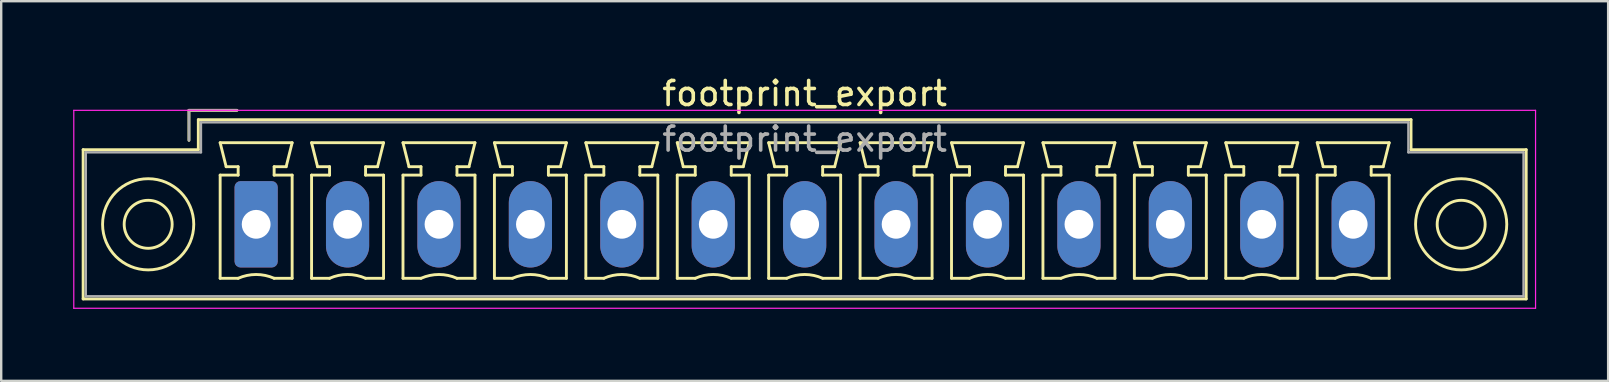
<source format=kicad_pcb>
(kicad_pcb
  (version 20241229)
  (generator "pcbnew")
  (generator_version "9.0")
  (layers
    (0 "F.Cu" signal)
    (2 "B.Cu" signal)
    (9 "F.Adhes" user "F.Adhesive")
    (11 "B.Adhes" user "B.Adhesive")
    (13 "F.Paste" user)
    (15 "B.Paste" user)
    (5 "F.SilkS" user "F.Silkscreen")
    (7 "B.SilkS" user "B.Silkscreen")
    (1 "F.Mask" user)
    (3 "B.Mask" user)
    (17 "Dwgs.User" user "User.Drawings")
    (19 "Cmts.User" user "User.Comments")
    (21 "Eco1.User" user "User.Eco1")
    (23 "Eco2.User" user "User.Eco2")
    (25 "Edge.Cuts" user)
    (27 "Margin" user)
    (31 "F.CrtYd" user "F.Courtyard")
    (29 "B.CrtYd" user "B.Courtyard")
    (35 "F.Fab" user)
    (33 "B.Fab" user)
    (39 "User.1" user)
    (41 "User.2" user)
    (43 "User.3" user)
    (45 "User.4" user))
  (footprint "footprint_export"
    (layer "F.Cu")
    (at 7.625 6.298)
    (property "Reference" "footprint_export" (at 22.86 -5.45 0) (layer "F.SilkS") (effects (font (size 1 1) (thickness 0.15))))
    (attr through_hole)
    (fp_line (start -7.21 -3.11) (end -7.21 3.11) (stroke (width 0.12) (type solid)) (layer "F.SilkS"))
    (fp_line (start -7.21 3.11) (end 52.93 3.11) (stroke (width 0.12) (type solid)) (layer "F.SilkS"))
    (fp_line (start -2.8 -4.75) (end -0.8 -4.75) (stroke (width 0.12) (type solid)) (layer "F.SilkS"))
    (fp_line (start -2.8 -3.5) (end -2.8 -4.75) (stroke (width 0.12) (type solid)) (layer "F.SilkS"))
    (fp_line (start -2.41 -4.36) (end -2.41 -3.11) (stroke (width 0.12) (type solid)) (layer "F.SilkS"))
    (fp_line (start -2.41 -3.11) (end -7.21 -3.11) (stroke (width 0.12) (type solid)) (layer "F.SilkS"))
    (fp_line (start -1.5 -3.4) (end 1.5 -3.4) (stroke (width 0.12) (type solid)) (layer "F.SilkS"))
    (fp_line (start -1.5 -2.05) (end -0.75 -2.05) (stroke (width 0.12) (type solid)) (layer "F.SilkS"))
    (fp_line (start -1.5 2.25) (end -1.5 -2.05) (stroke (width 0.12) (type solid)) (layer "F.SilkS"))
    (fp_line (start -1.25 -2.4) (end -1.5 -3.4) (stroke (width 0.12) (type solid)) (layer "F.SilkS"))
    (fp_line (start -0.75 -2.4) (end -1.25 -2.4) (stroke (width 0.12) (type solid)) (layer "F.SilkS"))
    (fp_line (start -0.75 -2.05) (end -0.75 -2.4) (stroke (width 0.12) (type solid)) (layer "F.SilkS"))
    (fp_line (start -0.75 2.25) (end -1.5 2.25) (stroke (width 0.12) (type solid)) (layer "F.SilkS"))
    (fp_line (start 0.75 -2.4) (end 0.75 -2.05) (stroke (width 0.12) (type solid)) (layer "F.SilkS"))
    (fp_line (start 0.75 -2.05) (end 1.5 -2.05) (stroke (width 0.12) (type solid)) (layer "F.SilkS"))
    (fp_line (start 1.25 -2.4) (end 0.75 -2.4) (stroke (width 0.12) (type solid)) (layer "F.SilkS"))
    (fp_line (start 1.5 -3.4) (end 1.25 -2.4) (stroke (width 0.12) (type solid)) (layer "F.SilkS"))
    (fp_line (start 1.5 -2.05) (end 1.5 2.25) (stroke (width 0.12) (type solid)) (layer "F.SilkS"))
    (fp_line (start 1.5 2.25) (end 0.75 2.25) (stroke (width 0.12) (type solid)) (layer "F.SilkS"))
    (fp_line (start 2.31 -3.4) (end 5.31 -3.4) (stroke (width 0.12) (type solid)) (layer "F.SilkS"))
    (fp_line (start 2.31 -2.05) (end 3.06 -2.05) (stroke (width 0.12) (type solid)) (layer "F.SilkS"))
    (fp_line (start 2.31 2.25) (end 2.31 -2.05) (stroke (width 0.12) (type solid)) (layer "F.SilkS"))
    (fp_line (start 2.56 -2.4) (end 2.31 -3.4) (stroke (width 0.12) (type solid)) (layer "F.SilkS"))
    (fp_line (start 3.06 -2.4) (end 2.56 -2.4) (stroke (width 0.12) (type solid)) (layer "F.SilkS"))
    (fp_line (start 3.06 -2.05) (end 3.06 -2.4) (stroke (width 0.12) (type solid)) (layer "F.SilkS"))
    (fp_line (start 3.06 2.25) (end 2.31 2.25) (stroke (width 0.12) (type solid)) (layer "F.SilkS"))
    (fp_line (start 4.56 -2.4) (end 4.56 -2.05) (stroke (width 0.12) (type solid)) (layer "F.SilkS"))
    (fp_line (start 4.56 -2.05) (end 5.31 -2.05) (stroke (width 0.12) (type solid)) (layer "F.SilkS"))
    (fp_line (start 5.06 -2.4) (end 4.56 -2.4) (stroke (width 0.12) (type solid)) (layer "F.SilkS"))
    (fp_line (start 5.31 -3.4) (end 5.06 -2.4) (stroke (width 0.12) (type solid)) (layer "F.SilkS"))
    (fp_line (start 5.31 -2.05) (end 5.31 2.25) (stroke (width 0.12) (type solid)) (layer "F.SilkS"))
    (fp_line (start 5.31 2.25) (end 4.56 2.25) (stroke (width 0.12) (type solid)) (layer "F.SilkS"))
    (fp_line (start 6.12 -3.4) (end 9.12 -3.4) (stroke (width 0.12) (type solid)) (layer "F.SilkS"))
    (fp_line (start 6.12 -2.05) (end 6.87 -2.05) (stroke (width 0.12) (type solid)) (layer "F.SilkS"))
    (fp_line (start 6.12 2.25) (end 6.12 -2.05) (stroke (width 0.12) (type solid)) (layer "F.SilkS"))
    (fp_line (start 6.37 -2.4) (end 6.12 -3.4) (stroke (width 0.12) (type solid)) (layer "F.SilkS"))
    (fp_line (start 6.87 -2.4) (end 6.37 -2.4) (stroke (width 0.12) (type solid)) (layer "F.SilkS"))
    (fp_line (start 6.87 -2.05) (end 6.87 -2.4) (stroke (width 0.12) (type solid)) (layer "F.SilkS"))
    (fp_line (start 6.87 2.25) (end 6.12 2.25) (stroke (width 0.12) (type solid)) (layer "F.SilkS"))
    (fp_line (start 8.37 -2.4) (end 8.37 -2.05) (stroke (width 0.12) (type solid)) (layer "F.SilkS"))
    (fp_line (start 8.37 -2.05) (end 9.12 -2.05) (stroke (width 0.12) (type solid)) (layer "F.SilkS"))
    (fp_line (start 8.87 -2.4) (end 8.37 -2.4) (stroke (width 0.12) (type solid)) (layer "F.SilkS"))
    (fp_line (start 9.12 -3.4) (end 8.87 -2.4) (stroke (width 0.12) (type solid)) (layer "F.SilkS"))
    (fp_line (start 9.12 -2.05) (end 9.12 2.25) (stroke (width 0.12) (type solid)) (layer "F.SilkS"))
    (fp_line (start 9.12 2.25) (end 8.37 2.25) (stroke (width 0.12) (type solid)) (layer "F.SilkS"))
    (fp_line (start 9.93 -3.4) (end 12.93 -3.4) (stroke (width 0.12) (type solid)) (layer "F.SilkS"))
    (fp_line (start 9.93 -2.05) (end 10.68 -2.05) (stroke (width 0.12) (type solid)) (layer "F.SilkS"))
    (fp_line (start 9.93 2.25) (end 9.93 -2.05) (stroke (width 0.12) (type solid)) (layer "F.SilkS"))
    (fp_line (start 10.18 -2.4) (end 9.93 -3.4) (stroke (width 0.12) (type solid)) (layer "F.SilkS"))
    (fp_line (start 10.68 -2.4) (end 10.18 -2.4) (stroke (width 0.12) (type solid)) (layer "F.SilkS"))
    (fp_line (start 10.68 -2.05) (end 10.68 -2.4) (stroke (width 0.12) (type solid)) (layer "F.SilkS"))
    (fp_line (start 10.68 2.25) (end 9.93 2.25) (stroke (width 0.12) (type solid)) (layer "F.SilkS"))
    (fp_line (start 12.18 -2.4) (end 12.18 -2.05) (stroke (width 0.12) (type solid)) (layer "F.SilkS"))
    (fp_line (start 12.18 -2.05) (end 12.93 -2.05) (stroke (width 0.12) (type solid)) (layer "F.SilkS"))
    (fp_line (start 12.68 -2.4) (end 12.18 -2.4) (stroke (width 0.12) (type solid)) (layer "F.SilkS"))
    (fp_line (start 12.93 -3.4) (end 12.68 -2.4) (stroke (width 0.12) (type solid)) (layer "F.SilkS"))
    (fp_line (start 12.93 -2.05) (end 12.93 2.25) (stroke (width 0.12) (type solid)) (layer "F.SilkS"))
    (fp_line (start 12.93 2.25) (end 12.18 2.25) (stroke (width 0.12) (type solid)) (layer "F.SilkS"))
    (fp_line (start 13.74 -3.4) (end 16.74 -3.4) (stroke (width 0.12) (type solid)) (layer "F.SilkS"))
    (fp_line (start 13.74 -2.05) (end 14.49 -2.05) (stroke (width 0.12) (type solid)) (layer "F.SilkS"))
    (fp_line (start 13.74 2.25) (end 13.74 -2.05) (stroke (width 0.12) (type solid)) (layer "F.SilkS"))
    (fp_line (start 13.99 -2.4) (end 13.74 -3.4) (stroke (width 0.12) (type solid)) (layer "F.SilkS"))
    (fp_line (start 14.49 -2.4) (end 13.99 -2.4) (stroke (width 0.12) (type solid)) (layer "F.SilkS"))
    (fp_line (start 14.49 -2.05) (end 14.49 -2.4) (stroke (width 0.12) (type solid)) (layer "F.SilkS"))
    (fp_line (start 14.49 2.25) (end 13.74 2.25) (stroke (width 0.12) (type solid)) (layer "F.SilkS"))
    (fp_line (start 15.99 -2.4) (end 15.99 -2.05) (stroke (width 0.12) (type solid)) (layer "F.SilkS"))
    (fp_line (start 15.99 -2.05) (end 16.74 -2.05) (stroke (width 0.12) (type solid)) (layer "F.SilkS"))
    (fp_line (start 16.49 -2.4) (end 15.99 -2.4) (stroke (width 0.12) (type solid)) (layer "F.SilkS"))
    (fp_line (start 16.74 -3.4) (end 16.49 -2.4) (stroke (width 0.12) (type solid)) (layer "F.SilkS"))
    (fp_line (start 16.74 -2.05) (end 16.74 2.25) (stroke (width 0.12) (type solid)) (layer "F.SilkS"))
    (fp_line (start 16.74 2.25) (end 15.99 2.25) (stroke (width 0.12) (type solid)) (layer "F.SilkS"))
    (fp_line (start 17.55 -3.4) (end 20.55 -3.4) (stroke (width 0.12) (type solid)) (layer "F.SilkS"))
    (fp_line (start 17.55 -2.05) (end 18.3 -2.05) (stroke (width 0.12) (type solid)) (layer "F.SilkS"))
    (fp_line (start 17.55 2.25) (end 17.55 -2.05) (stroke (width 0.12) (type solid)) (layer "F.SilkS"))
    (fp_line (start 17.8 -2.4) (end 17.55 -3.4) (stroke (width 0.12) (type solid)) (layer "F.SilkS"))
    (fp_line (start 18.3 -2.4) (end 17.8 -2.4) (stroke (width 0.12) (type solid)) (layer "F.SilkS"))
    (fp_line (start 18.3 -2.05) (end 18.3 -2.4) (stroke (width 0.12) (type solid)) (layer "F.SilkS"))
    (fp_line (start 18.3 2.25) (end 17.55 2.25) (stroke (width 0.12) (type solid)) (layer "F.SilkS"))
    (fp_line (start 19.8 -2.4) (end 19.8 -2.05) (stroke (width 0.12) (type solid)) (layer "F.SilkS"))
    (fp_line (start 19.8 -2.05) (end 20.55 -2.05) (stroke (width 0.12) (type solid)) (layer "F.SilkS"))
    (fp_line (start 20.3 -2.4) (end 19.8 -2.4) (stroke (width 0.12) (type solid)) (layer "F.SilkS"))
    (fp_line (start 20.55 -3.4) (end 20.3 -2.4) (stroke (width 0.12) (type solid)) (layer "F.SilkS"))
    (fp_line (start 20.55 -2.05) (end 20.55 2.25) (stroke (width 0.12) (type solid)) (layer "F.SilkS"))
    (fp_line (start 20.55 2.25) (end 19.8 2.25) (stroke (width 0.12) (type solid)) (layer "F.SilkS"))
    (fp_line (start 21.36 -3.4) (end 24.36 -3.4) (stroke (width 0.12) (type solid)) (layer "F.SilkS"))
    (fp_line (start 21.36 -2.05) (end 22.11 -2.05) (stroke (width 0.12) (type solid)) (layer "F.SilkS"))
    (fp_line (start 21.36 2.25) (end 21.36 -2.05) (stroke (width 0.12) (type solid)) (layer "F.SilkS"))
    (fp_line (start 21.61 -2.4) (end 21.36 -3.4) (stroke (width 0.12) (type solid)) (layer "F.SilkS"))
    (fp_line (start 22.11 -2.4) (end 21.61 -2.4) (stroke (width 0.12) (type solid)) (layer "F.SilkS"))
    (fp_line (start 22.11 -2.05) (end 22.11 -2.4) (stroke (width 0.12) (type solid)) (layer "F.SilkS"))
    (fp_line (start 22.11 2.25) (end 21.36 2.25) (stroke (width 0.12) (type solid)) (layer "F.SilkS"))
    (fp_line (start 23.61 -2.4) (end 23.61 -2.05) (stroke (width 0.12) (type solid)) (layer "F.SilkS"))
    (fp_line (start 23.61 -2.05) (end 24.36 -2.05) (stroke (width 0.12) (type solid)) (layer "F.SilkS"))
    (fp_line (start 24.11 -2.4) (end 23.61 -2.4) (stroke (width 0.12) (type solid)) (layer "F.SilkS"))
    (fp_line (start 24.36 -3.4) (end 24.11 -2.4) (stroke (width 0.12) (type solid)) (layer "F.SilkS"))
    (fp_line (start 24.36 -2.05) (end 24.36 2.25) (stroke (width 0.12) (type solid)) (layer "F.SilkS"))
    (fp_line (start 24.36 2.25) (end 23.61 2.25) (stroke (width 0.12) (type solid)) (layer "F.SilkS"))
    (fp_line (start 25.17 -3.4) (end 28.17 -3.4) (stroke (width 0.12) (type solid)) (layer "F.SilkS"))
    (fp_line (start 25.17 -2.05) (end 25.92 -2.05) (stroke (width 0.12) (type solid)) (layer "F.SilkS"))
    (fp_line (start 25.17 2.25) (end 25.17 -2.05) (stroke (width 0.12) (type solid)) (layer "F.SilkS"))
    (fp_line (start 25.42 -2.4) (end 25.17 -3.4) (stroke (width 0.12) (type solid)) (layer "F.SilkS"))
    (fp_line (start 25.92 -2.4) (end 25.42 -2.4) (stroke (width 0.12) (type solid)) (layer "F.SilkS"))
    (fp_line (start 25.92 -2.05) (end 25.92 -2.4) (stroke (width 0.12) (type solid)) (layer "F.SilkS"))
    (fp_line (start 25.92 2.25) (end 25.17 2.25) (stroke (width 0.12) (type solid)) (layer "F.SilkS"))
    (fp_line (start 27.42 -2.4) (end 27.42 -2.05) (stroke (width 0.12) (type solid)) (layer "F.SilkS"))
    (fp_line (start 27.42 -2.05) (end 28.17 -2.05) (stroke (width 0.12) (type solid)) (layer "F.SilkS"))
    (fp_line (start 27.92 -2.4) (end 27.42 -2.4) (stroke (width 0.12) (type solid)) (layer "F.SilkS"))
    (fp_line (start 28.17 -3.4) (end 27.92 -2.4) (stroke (width 0.12) (type solid)) (layer "F.SilkS"))
    (fp_line (start 28.17 -2.05) (end 28.17 2.25) (stroke (width 0.12) (type solid)) (layer "F.SilkS"))
    (fp_line (start 28.17 2.25) (end 27.42 2.25) (stroke (width 0.12) (type solid)) (layer "F.SilkS"))
    (fp_line (start 28.98 -3.4) (end 31.98 -3.4) (stroke (width 0.12) (type solid)) (layer "F.SilkS"))
    (fp_line (start 28.98 -2.05) (end 29.73 -2.05) (stroke (width 0.12) (type solid)) (layer "F.SilkS"))
    (fp_line (start 28.98 2.25) (end 28.98 -2.05) (stroke (width 0.12) (type solid)) (layer "F.SilkS"))
    (fp_line (start 29.23 -2.4) (end 28.98 -3.4) (stroke (width 0.12) (type solid)) (layer "F.SilkS"))
    (fp_line (start 29.73 -2.4) (end 29.23 -2.4) (stroke (width 0.12) (type solid)) (layer "F.SilkS"))
    (fp_line (start 29.73 -2.05) (end 29.73 -2.4) (stroke (width 0.12) (type solid)) (layer "F.SilkS"))
    (fp_line (start 29.73 2.25) (end 28.98 2.25) (stroke (width 0.12) (type solid)) (layer "F.SilkS"))
    (fp_line (start 31.23 -2.4) (end 31.23 -2.05) (stroke (width 0.12) (type solid)) (layer "F.SilkS"))
    (fp_line (start 31.23 -2.05) (end 31.98 -2.05) (stroke (width 0.12) (type solid)) (layer "F.SilkS"))
    (fp_line (start 31.73 -2.4) (end 31.23 -2.4) (stroke (width 0.12) (type solid)) (layer "F.SilkS"))
    (fp_line (start 31.98 -3.4) (end 31.73 -2.4) (stroke (width 0.12) (type solid)) (layer "F.SilkS"))
    (fp_line (start 31.98 -2.05) (end 31.98 2.25) (stroke (width 0.12) (type solid)) (layer "F.SilkS"))
    (fp_line (start 31.98 2.25) (end 31.23 2.25) (stroke (width 0.12) (type solid)) (layer "F.SilkS"))
    (fp_line (start 32.79 -3.4) (end 35.79 -3.4) (stroke (width 0.12) (type solid)) (layer "F.SilkS"))
    (fp_line (start 32.79 -2.05) (end 33.54 -2.05) (stroke (width 0.12) (type solid)) (layer "F.SilkS"))
    (fp_line (start 32.79 2.25) (end 32.79 -2.05) (stroke (width 0.12) (type solid)) (layer "F.SilkS"))
    (fp_line (start 33.04 -2.4) (end 32.79 -3.4) (stroke (width 0.12) (type solid)) (layer "F.SilkS"))
    (fp_line (start 33.54 -2.4) (end 33.04 -2.4) (stroke (width 0.12) (type solid)) (layer "F.SilkS"))
    (fp_line (start 33.54 -2.05) (end 33.54 -2.4) (stroke (width 0.12) (type solid)) (layer "F.SilkS"))
    (fp_line (start 33.54 2.25) (end 32.79 2.25) (stroke (width 0.12) (type solid)) (layer "F.SilkS"))
    (fp_line (start 35.04 -2.4) (end 35.04 -2.05) (stroke (width 0.12) (type solid)) (layer "F.SilkS"))
    (fp_line (start 35.04 -2.05) (end 35.79 -2.05) (stroke (width 0.12) (type solid)) (layer "F.SilkS"))
    (fp_line (start 35.54 -2.4) (end 35.04 -2.4) (stroke (width 0.12) (type solid)) (layer "F.SilkS"))
    (fp_line (start 35.79 -3.4) (end 35.54 -2.4) (stroke (width 0.12) (type solid)) (layer "F.SilkS"))
    (fp_line (start 35.79 -2.05) (end 35.79 2.25) (stroke (width 0.12) (type solid)) (layer "F.SilkS"))
    (fp_line (start 35.79 2.25) (end 35.04 2.25) (stroke (width 0.12) (type solid)) (layer "F.SilkS"))
    (fp_line (start 36.6 -3.4) (end 39.6 -3.4) (stroke (width 0.12) (type solid)) (layer "F.SilkS"))
    (fp_line (start 36.6 -2.05) (end 37.35 -2.05) (stroke (width 0.12) (type solid)) (layer "F.SilkS"))
    (fp_line (start 36.6 2.25) (end 36.6 -2.05) (stroke (width 0.12) (type solid)) (layer "F.SilkS"))
    (fp_line (start 36.85 -2.4) (end 36.6 -3.4) (stroke (width 0.12) (type solid)) (layer "F.SilkS"))
    (fp_line (start 37.35 -2.4) (end 36.85 -2.4) (stroke (width 0.12) (type solid)) (layer "F.SilkS"))
    (fp_line (start 37.35 -2.05) (end 37.35 -2.4) (stroke (width 0.12) (type solid)) (layer "F.SilkS"))
    (fp_line (start 37.35 2.25) (end 36.6 2.25) (stroke (width 0.12) (type solid)) (layer "F.SilkS"))
    (fp_line (start 38.85 -2.4) (end 38.85 -2.05) (stroke (width 0.12) (type solid)) (layer "F.SilkS"))
    (fp_line (start 38.85 -2.05) (end 39.6 -2.05) (stroke (width 0.12) (type solid)) (layer "F.SilkS"))
    (fp_line (start 39.35 -2.4) (end 38.85 -2.4) (stroke (width 0.12) (type solid)) (layer "F.SilkS"))
    (fp_line (start 39.6 -3.4) (end 39.35 -2.4) (stroke (width 0.12) (type solid)) (layer "F.SilkS"))
    (fp_line (start 39.6 -2.05) (end 39.6 2.25) (stroke (width 0.12) (type solid)) (layer "F.SilkS"))
    (fp_line (start 39.6 2.25) (end 38.85 2.25) (stroke (width 0.12) (type solid)) (layer "F.SilkS"))
    (fp_line (start 40.41 -3.4) (end 43.41 -3.4) (stroke (width 0.12) (type solid)) (layer "F.SilkS"))
    (fp_line (start 40.41 -2.05) (end 41.16 -2.05) (stroke (width 0.12) (type solid)) (layer "F.SilkS"))
    (fp_line (start 40.41 2.25) (end 40.41 -2.05) (stroke (width 0.12) (type solid)) (layer "F.SilkS"))
    (fp_line (start 40.66 -2.4) (end 40.41 -3.4) (stroke (width 0.12) (type solid)) (layer "F.SilkS"))
    (fp_line (start 41.16 -2.4) (end 40.66 -2.4) (stroke (width 0.12) (type solid)) (layer "F.SilkS"))
    (fp_line (start 41.16 -2.05) (end 41.16 -2.4) (stroke (width 0.12) (type solid)) (layer "F.SilkS"))
    (fp_line (start 41.16 2.25) (end 40.41 2.25) (stroke (width 0.12) (type solid)) (layer "F.SilkS"))
    (fp_line (start 42.66 -2.4) (end 42.66 -2.05) (stroke (width 0.12) (type solid)) (layer "F.SilkS"))
    (fp_line (start 42.66 -2.05) (end 43.41 -2.05) (stroke (width 0.12) (type solid)) (layer "F.SilkS"))
    (fp_line (start 43.16 -2.4) (end 42.66 -2.4) (stroke (width 0.12) (type solid)) (layer "F.SilkS"))
    (fp_line (start 43.41 -3.4) (end 43.16 -2.4) (stroke (width 0.12) (type solid)) (layer "F.SilkS"))
    (fp_line (start 43.41 -2.05) (end 43.41 2.25) (stroke (width 0.12) (type solid)) (layer "F.SilkS"))
    (fp_line (start 43.41 2.25) (end 42.66 2.25) (stroke (width 0.12) (type solid)) (layer "F.SilkS"))
    (fp_line (start 44.22 -3.4) (end 47.22 -3.4) (stroke (width 0.12) (type solid)) (layer "F.SilkS"))
    (fp_line (start 44.22 -2.05) (end 44.97 -2.05) (stroke (width 0.12) (type solid)) (layer "F.SilkS"))
    (fp_line (start 44.22 2.25) (end 44.22 -2.05) (stroke (width 0.12) (type solid)) (layer "F.SilkS"))
    (fp_line (start 44.47 -2.4) (end 44.22 -3.4) (stroke (width 0.12) (type solid)) (layer "F.SilkS"))
    (fp_line (start 44.97 -2.4) (end 44.47 -2.4) (stroke (width 0.12) (type solid)) (layer "F.SilkS"))
    (fp_line (start 44.97 -2.05) (end 44.97 -2.4) (stroke (width 0.12) (type solid)) (layer "F.SilkS"))
    (fp_line (start 44.97 2.25) (end 44.22 2.25) (stroke (width 0.12) (type solid)) (layer "F.SilkS"))
    (fp_line (start 46.47 -2.4) (end 46.47 -2.05) (stroke (width 0.12) (type solid)) (layer "F.SilkS"))
    (fp_line (start 46.47 -2.05) (end 47.22 -2.05) (stroke (width 0.12) (type solid)) (layer "F.SilkS"))
    (fp_line (start 46.97 -2.4) (end 46.47 -2.4) (stroke (width 0.12) (type solid)) (layer "F.SilkS"))
    (fp_line (start 47.22 -3.4) (end 46.97 -2.4) (stroke (width 0.12) (type solid)) (layer "F.SilkS"))
    (fp_line (start 47.22 -2.05) (end 47.22 2.25) (stroke (width 0.12) (type solid)) (layer "F.SilkS"))
    (fp_line (start 47.22 2.25) (end 46.47 2.25) (stroke (width 0.12) (type solid)) (layer "F.SilkS"))
    (fp_line (start 48.13 -4.36) (end -2.41 -4.36) (stroke (width 0.12) (type solid)) (layer "F.SilkS"))
    (fp_line (start 48.13 -3.11) (end 48.13 -4.36) (stroke (width 0.12) (type solid)) (layer "F.SilkS"))
    (fp_line (start 52.93 -3.11) (end 48.13 -3.11) (stroke (width 0.12) (type solid)) (layer "F.SilkS"))
    (fp_line (start 52.93 3.11) (end 52.93 -3.11) (stroke (width 0.12) (type solid)) (layer "F.SilkS"))
    (fp_arc (start -0.75 2.25) (mid -0.000193 2.09191) (end 0.749647 2.249844) (stroke (width 0.12) (type solid)) (layer "F.SilkS"))
    (fp_arc (start 3.06 2.25) (mid 3.809807 2.09191) (end 4.559647 2.249844) (stroke (width 0.12) (type solid)) (layer "F.SilkS"))
    (fp_arc (start 6.87 2.25) (mid 7.619807 2.09191) (end 8.369647 2.249844) (stroke (width 0.12) (type solid)) (layer "F.SilkS"))
    (fp_arc (start 10.68 2.25) (mid 11.429807 2.09191) (end 12.179647 2.249844) (stroke (width 0.12) (type solid)) (layer "F.SilkS"))
    (fp_arc (start 14.49 2.25) (mid 15.239807 2.09191) (end 15.989647 2.249844) (stroke (width 0.12) (type solid)) (layer "F.SilkS"))
    (fp_arc (start 18.3 2.25) (mid 19.049807 2.09191) (end 19.799647 2.249844) (stroke (width 0.12) (type solid)) (layer "F.SilkS"))
    (fp_arc (start 22.11 2.25) (mid 22.859807 2.09191) (end 23.609647 2.249844) (stroke (width 0.12) (type solid)) (layer "F.SilkS"))
    (fp_arc (start 25.92 2.25) (mid 26.669807 2.09191) (end 27.419647 2.249844) (stroke (width 0.12) (type solid)) (layer "F.SilkS"))
    (fp_arc (start 29.73 2.25) (mid 30.479807 2.09191) (end 31.229647 2.249844) (stroke (width 0.12) (type solid)) (layer "F.SilkS"))
    (fp_arc (start 33.54 2.25) (mid 34.289807 2.09191) (end 35.039647 2.249844) (stroke (width 0.12) (type solid)) (layer "F.SilkS"))
    (fp_arc (start 37.35 2.25) (mid 38.099807 2.09191) (end 38.849647 2.249844) (stroke (width 0.12) (type solid)) (layer "F.SilkS"))
    (fp_arc (start 41.16 2.25) (mid 41.909807 2.09191) (end 42.659647 2.249844) (stroke (width 0.12) (type solid)) (layer "F.SilkS"))
    (fp_arc (start 44.97 2.25) (mid 45.719807 2.09191) (end 46.469647 2.249844) (stroke (width 0.12) (type solid)) (layer "F.SilkS"))
    (fp_circle (center -4.5 0) (end -3.5 0) (stroke (width 0.12) (type solid)) (fill no) (layer "F.SilkS"))
    (fp_circle (center -4.5 0) (end -2.6 0) (stroke (width 0.12) (type solid)) (fill no) (layer "F.SilkS"))
    (fp_circle (center 50.22 0) (end 51.22 0) (stroke (width 0.12) (type solid)) (fill no) (layer "F.SilkS"))
    (fp_circle (center 50.22 0) (end 52.12 0) (stroke (width 0.12) (type solid)) (fill no) (layer "F.SilkS"))
    (fp_line (start -7.6 -4.75) (end -7.6 3.5) (stroke (width 0.05) (type solid)) (layer "F.CrtYd"))
    (fp_line (start -7.6 3.5) (end 53.32 3.5) (stroke (width 0.05) (type solid)) (layer "F.CrtYd"))
    (fp_line (start 53.32 -4.75) (end -7.6 -4.75) (stroke (width 0.05) (type solid)) (layer "F.CrtYd"))
    (fp_line (start 53.32 3.5) (end 53.32 -4.75) (stroke (width 0.05) (type solid)) (layer "F.CrtYd"))
    (fp_line (start -7.1 -3) (end -7.1 3) (stroke (width 0.1) (type solid)) (layer "F.Fab"))
    (fp_line (start -7.1 3) (end 52.82 3) (stroke (width 0.1) (type solid)) (layer "F.Fab"))
    (fp_line (start -2.8 -4.75) (end -0.8 -4.75) (stroke (width 0.1) (type solid)) (layer "F.Fab"))
    (fp_line (start -2.8 -3.5) (end -2.8 -4.75) (stroke (width 0.1) (type solid)) (layer "F.Fab"))
    (fp_line (start -2.3 -4.25) (end -2.3 -3) (stroke (width 0.1) (type solid)) (layer "F.Fab"))
    (fp_line (start -2.3 -3) (end -7.1 -3) (stroke (width 0.1) (type solid)) (layer "F.Fab"))
    (fp_line (start 48.02 -4.25) (end -2.3 -4.25) (stroke (width 0.1) (type solid)) (layer "F.Fab"))
    (fp_line (start 48.02 -3) (end 48.02 -4.25) (stroke (width 0.1) (type solid)) (layer "F.Fab"))
    (fp_line (start 52.82 -3) (end 48.02 -3) (stroke (width 0.1) (type solid)) (layer "F.Fab"))
    (fp_line (start 52.82 3) (end 52.82 -3) (stroke (width 0.1) (type solid)) (layer "F.Fab"))
    (fp_text user "${REFERENCE}" (at 22.86 -3.55 0) (layer "F.Fab") (effects (font (size 1 1) (thickness 0.15))))
    (pad "1" thru_hole roundrect (at 0 0) (size 1.8 3.6) (drill 1.2) (layers "*.Cu" "*.Mask") (roundrect_rratio 0.139))
    (pad "2" thru_hole oval (at 3.81 0) (size 1.8 3.6) (drill 1.2) (layers "*.Cu" "*.Mask"))
    (pad "3" thru_hole oval (at 7.62 0) (size 1.8 3.6) (drill 1.2) (layers "*.Cu" "*.Mask"))
    (pad "4" thru_hole oval (at 11.43 0) (size 1.8 3.6) (drill 1.2) (layers "*.Cu" "*.Mask"))
    (pad "5" thru_hole oval (at 15.24 0) (size 1.8 3.6) (drill 1.2) (layers "*.Cu" "*.Mask"))
    (pad "6" thru_hole oval (at 19.05 0) (size 1.8 3.6) (drill 1.2) (layers "*.Cu" "*.Mask"))
    (pad "7" thru_hole oval (at 22.86 0) (size 1.8 3.6) (drill 1.2) (layers "*.Cu" "*.Mask"))
    (pad "8" thru_hole oval (at 26.67 0) (size 1.8 3.6) (drill 1.2) (layers "*.Cu" "*.Mask"))
    (pad "9" thru_hole oval (at 30.48 0) (size 1.8 3.6) (drill 1.2) (layers "*.Cu" "*.Mask"))
    (pad "10" thru_hole oval (at 34.29 0) (size 1.8 3.6) (drill 1.2) (layers "*.Cu" "*.Mask"))
    (pad "11" thru_hole oval (at 38.1 0) (size 1.8 3.6) (drill 1.2) (layers "*.Cu" "*.Mask"))
    (pad "12" thru_hole oval (at 41.91 0) (size 1.8 3.6) (drill 1.2) (layers "*.Cu" "*.Mask"))
    (pad "13" thru_hole oval (at 45.72 0) (size 1.8 3.6) (drill 1.2) (layers "*.Cu" "*.Mask")))
  (gr_rect
    (start -3 -3)
    (end 63.97 12.823)
    (stroke (width 0.1) (type default))
    (fill no)
    (layer "Edge.Cuts")))
</source>
